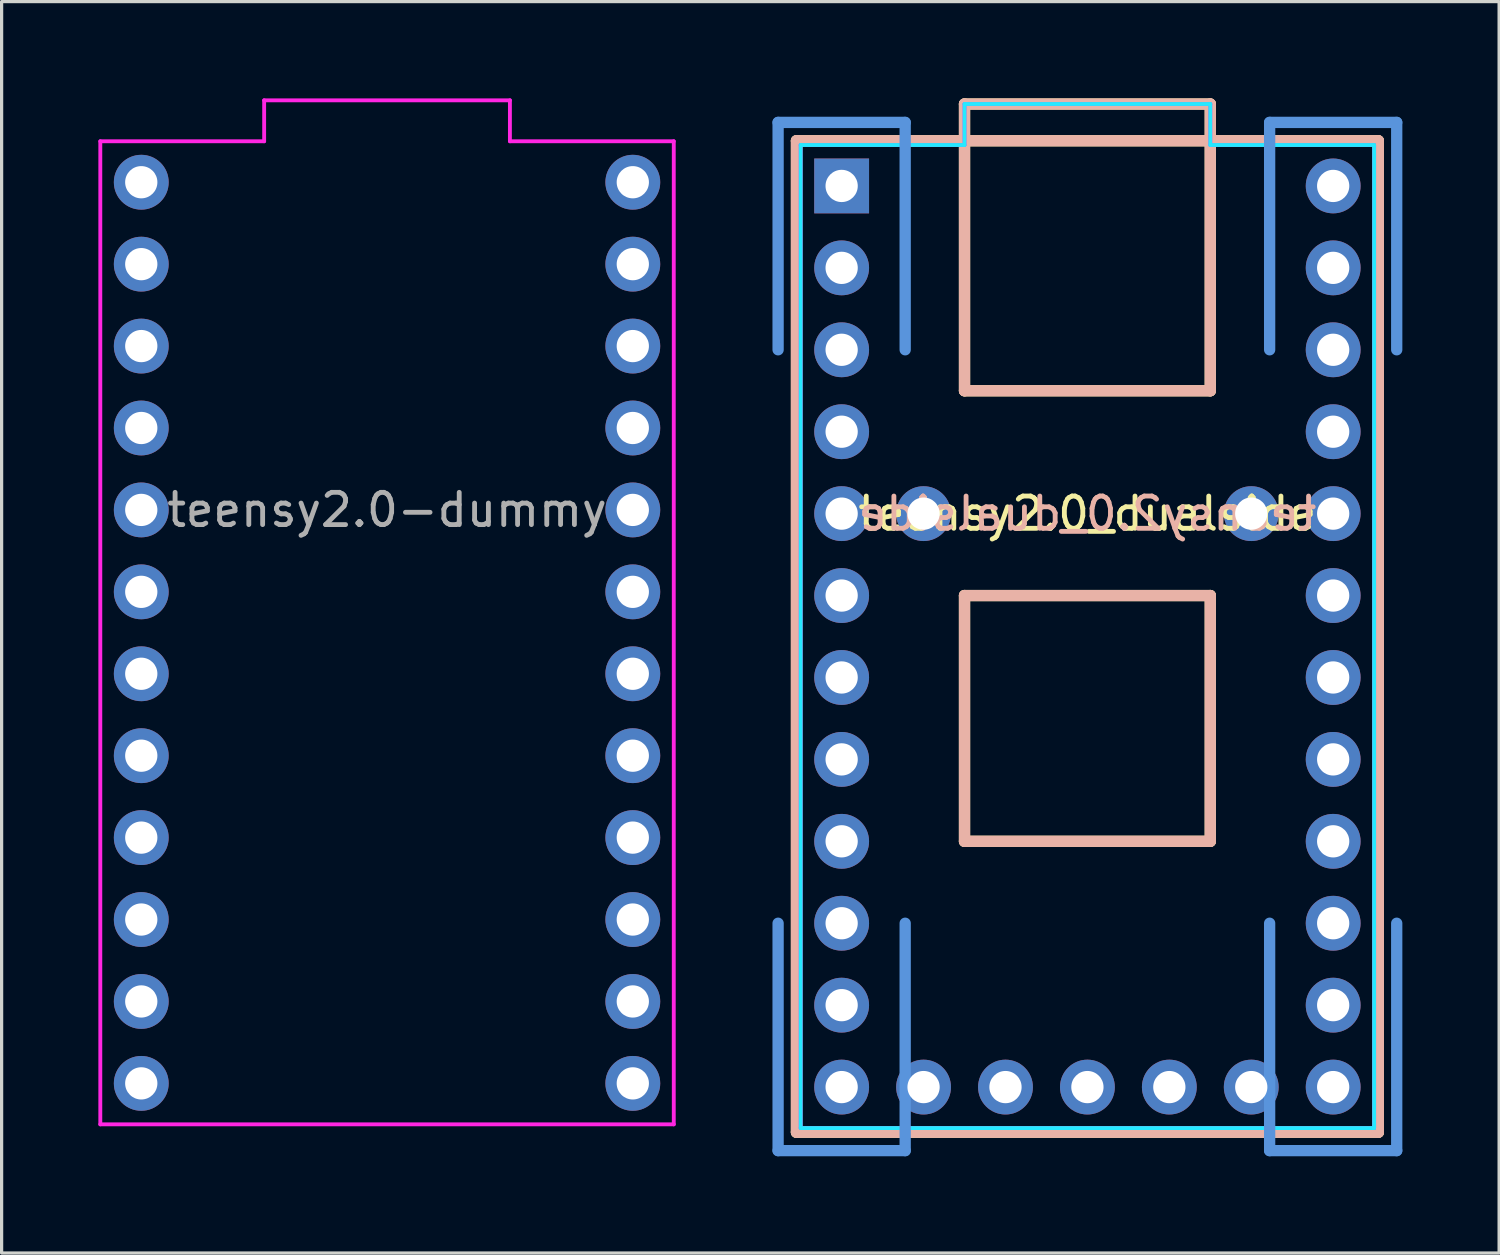
<source format=kicad_pcb>
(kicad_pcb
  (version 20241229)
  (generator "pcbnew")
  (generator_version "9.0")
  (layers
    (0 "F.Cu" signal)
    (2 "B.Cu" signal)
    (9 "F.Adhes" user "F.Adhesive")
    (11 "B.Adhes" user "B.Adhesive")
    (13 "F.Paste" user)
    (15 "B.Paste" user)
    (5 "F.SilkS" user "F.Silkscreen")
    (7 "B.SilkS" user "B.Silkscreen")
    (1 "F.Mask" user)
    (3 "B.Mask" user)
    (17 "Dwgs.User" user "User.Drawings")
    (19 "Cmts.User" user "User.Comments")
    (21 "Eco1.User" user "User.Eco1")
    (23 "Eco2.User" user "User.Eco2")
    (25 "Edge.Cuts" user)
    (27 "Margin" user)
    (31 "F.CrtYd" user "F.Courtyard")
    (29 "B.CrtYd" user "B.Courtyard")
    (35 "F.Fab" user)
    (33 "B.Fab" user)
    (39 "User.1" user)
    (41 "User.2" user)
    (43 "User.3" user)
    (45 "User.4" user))
  (footprint "teensy2.0-dummy"
    (layer "F.Cu")
    (at 8.95 16.57)
    (property "Reference" "teensy2.0-dummy" (at 0 -3.81 180) (layer "F.Fab") (effects (font (size 1 1) (thickness 0.15))))
    (attr through_hole)
    (fp_line (start -8.89 -15.24) (end -8.89 15.24) (stroke (width 0.12) (type solid)) (layer "F.CrtYd"))
    (fp_line (start -8.89 15.24) (end 8.89 15.24) (stroke (width 0.12) (type solid)) (layer "F.CrtYd"))
    (fp_line (start -3.81 -16.51) (end -3.81 -15.24) (stroke (width 0.12) (type solid)) (layer "F.CrtYd"))
    (fp_line (start -3.81 -15.24) (end -8.89 -15.24) (stroke (width 0.12) (type solid)) (layer "F.CrtYd"))
    (fp_line (start 3.81 -16.51) (end -3.81 -16.51) (stroke (width 0.12) (type solid)) (layer "F.CrtYd"))
    (fp_line (start 3.81 -15.24) (end 3.81 -16.51) (stroke (width 0.12) (type solid)) (layer "F.CrtYd"))
    (fp_line (start 8.89 -15.24) (end 3.81 -15.24) (stroke (width 0.12) (type solid)) (layer "F.CrtYd"))
    (fp_line (start 8.89 15.24) (end 8.89 -15.24) (stroke (width 0.12) (type solid)) (layer "F.CrtYd"))
    (pad "1" thru_hole circle (at -7.62 -13.97) (size 1.7 1.7) (drill 1) (layers "*.Cu" "*.Mask"))
    (pad "2" thru_hole circle (at -7.62 -11.43) (size 1.7 1.7) (drill 1) (layers "*.Cu" "*.Mask"))
    (pad "3" thru_hole circle (at -7.62 -8.89) (size 1.7 1.7) (drill 1) (layers "*.Cu" "*.Mask"))
    (pad "4" thru_hole circle (at -7.62 -6.35) (size 1.7 1.7) (drill 1) (layers "*.Cu" "*.Mask"))
    (pad "5" thru_hole circle (at -7.62 -3.81) (size 1.7 1.7) (drill 1) (layers "*.Cu" "*.Mask"))
    (pad "6" thru_hole circle (at -7.62 -1.27) (size 1.7 1.7) (drill 1) (layers "*.Cu" "*.Mask"))
    (pad "7" thru_hole circle (at -7.62 1.27) (size 1.7 1.7) (drill 1) (layers "*.Cu" "*.Mask"))
    (pad "8" thru_hole circle (at -7.62 3.81) (size 1.7 1.7) (drill 1) (layers "*.Cu" "*.Mask"))
    (pad "9" thru_hole circle (at -7.62 6.35) (size 1.7 1.7) (drill 1) (layers "*.Cu" "*.Mask"))
    (pad "10" thru_hole circle (at -7.62 8.89) (size 1.7 1.7) (drill 1) (layers "*.Cu" "*.Mask"))
    (pad "11" thru_hole circle (at -7.62 11.43) (size 1.7 1.7) (drill 1) (layers "*.Cu" "*.Mask"))
    (pad "12" thru_hole circle (at -7.62 13.97) (size 1.7 1.7) (drill 1) (layers "*.Cu" "*.Mask"))
    (pad "18" thru_hole circle (at 7.62 13.97) (size 1.7 1.7) (drill 1) (layers "*.Cu" "*.Mask"))
    (pad "19" thru_hole circle (at 7.62 11.43) (size 1.7 1.7) (drill 1) (layers "*.Cu" "*.Mask"))
    (pad "20" thru_hole circle (at 7.62 8.89) (size 1.7 1.7) (drill 1) (layers "*.Cu" "*.Mask"))
    (pad "21" thru_hole circle (at 7.62 6.35) (size 1.7 1.7) (drill 1) (layers "*.Cu" "*.Mask"))
    (pad "22" thru_hole circle (at 7.62 3.81) (size 1.7 1.7) (drill 1) (layers "*.Cu" "*.Mask"))
    (pad "23" thru_hole circle (at 7.62 1.27) (size 1.7 1.7) (drill 1) (layers "*.Cu" "*.Mask"))
    (pad "24" thru_hole circle (at 7.62 -1.27) (size 1.7 1.7) (drill 1) (layers "*.Cu" "*.Mask"))
    (pad "25" thru_hole circle (at 7.62 -3.81) (size 1.7 1.7) (drill 1) (layers "*.Cu" "*.Mask"))
    (pad "26" thru_hole circle (at 7.62 -6.35) (size 1.7 1.7) (drill 1) (layers "*.Cu" "*.Mask"))
    (pad "27" thru_hole circle (at 7.62 -8.89) (size 1.7 1.7) (drill 1) (layers "*.Cu" "*.Mask"))
    (pad "28" thru_hole circle (at 7.62 -11.43) (size 1.7 1.7) (drill 1) (layers "*.Cu" "*.Mask"))
    (pad "29" thru_hole circle (at 7.62 -13.97) (size 1.7 1.7) (drill 1) (layers "*.Cu" "*.Mask")))
  (footprint "teensy2.0_dualside"
    (layer "F.Cu")
    (at 30.665 16.685)
    (property "Reference" "teensy2.0_dualside" (at 0 -3.81 180) (layer "F.SilkS") (effects (font (size 1 1) (thickness 0.15))))
    (attr through_hole)
    (fp_line (start -9.02 -15.37) (end 9.02 -15.37) (stroke (width 0.35) (type solid)) (layer "F.SilkS"))
    (fp_line (start -9.02 15.37) (end -9.02 -15.37) (stroke (width 0.35) (type solid)) (layer "F.SilkS"))
    (fp_line (start -3.81 -16.51) (end 3.81 -16.51) (stroke (width 0.35) (type solid)) (layer "F.SilkS"))
    (fp_line (start -3.81 -7.62) (end -3.81 -16.51) (stroke (width 0.35) (type solid)) (layer "F.SilkS"))
    (fp_line (start -3.81 -1.27) (end -3.81 6.35) (stroke (width 0.35) (type solid)) (layer "F.SilkS"))
    (fp_line (start -3.81 6.35) (end 3.81 6.35) (stroke (width 0.35) (type solid)) (layer "F.SilkS"))
    (fp_line (start 3.81 -16.51) (end 3.81 -7.62) (stroke (width 0.35) (type solid)) (layer "F.SilkS"))
    (fp_line (start 3.81 -7.62) (end -3.81 -7.62) (stroke (width 0.35) (type solid)) (layer "F.SilkS"))
    (fp_line (start 3.81 -1.27) (end -3.81 -1.27) (stroke (width 0.35) (type solid)) (layer "F.SilkS"))
    (fp_line (start 3.81 6.35) (end 3.81 -1.27) (stroke (width 0.35) (type solid)) (layer "F.SilkS"))
    (fp_line (start 9.02 -15.37) (end 9.02 15.37) (stroke (width 0.35) (type solid)) (layer "F.SilkS"))
    (fp_line (start 9.02 15.37) (end -9.02 15.37) (stroke (width 0.35) (type solid)) (layer "F.SilkS"))
    (fp_line (start -9.02 -15.37) (end -9.02 15.37) (stroke (width 0.35) (type solid)) (layer "B.SilkS"))
    (fp_line (start -9.02 15.37) (end 9.02 15.37) (stroke (width 0.35) (type solid)) (layer "B.SilkS"))
    (fp_line (start -3.81 -16.51) (end -3.81 -7.62) (stroke (width 0.35) (type solid)) (layer "B.SilkS"))
    (fp_line (start -3.81 -7.62) (end 3.81 -7.62) (stroke (width 0.35) (type solid)) (layer "B.SilkS"))
    (fp_line (start -3.81 -1.27) (end 3.81 -1.27) (stroke (width 0.35) (type solid)) (layer "B.SilkS"))
    (fp_line (start -3.81 6.35) (end -3.81 -1.27) (stroke (width 0.35) (type solid)) (layer "B.SilkS"))
    (fp_line (start 3.81 -16.51) (end -3.81 -16.51) (stroke (width 0.35) (type solid)) (layer "B.SilkS"))
    (fp_line (start 3.81 -7.62) (end 3.81 -16.51) (stroke (width 0.35) (type solid)) (layer "B.SilkS"))
    (fp_line (start 3.81 -1.27) (end 3.81 6.35) (stroke (width 0.35) (type solid)) (layer "B.SilkS"))
    (fp_line (start 3.81 6.35) (end -3.81 6.35) (stroke (width 0.35) (type solid)) (layer "B.SilkS"))
    (fp_line (start 9.02 -15.37) (end -9.02 -15.37) (stroke (width 0.35) (type solid)) (layer "B.SilkS"))
    (fp_line (start 9.02 15.37) (end 9.02 -15.37) (stroke (width 0.35) (type solid)) (layer "B.SilkS"))
    (fp_line (start -9.59 -15.94) (end -5.65 -15.94) (stroke (width 0.35) (type solid)) (layer "Cmts.User"))
    (fp_line (start -9.59 -8.89) (end -9.59 -15.94) (stroke (width 0.35) (type solid)) (layer "Cmts.User"))
    (fp_line (start -9.59 8.89) (end -9.59 15.94) (stroke (width 0.35) (type solid)) (layer "Cmts.User"))
    (fp_line (start -5.65 -8.89) (end -5.65 -15.94) (stroke (width 0.35) (type solid)) (layer "Cmts.User"))
    (fp_line (start -5.65 8.89) (end -5.65 15.94) (stroke (width 0.35) (type solid)) (layer "Cmts.User"))
    (fp_line (start -5.65 15.94) (end -9.59 15.94) (stroke (width 0.35) (type solid)) (layer "Cmts.User"))
    (fp_line (start 5.65 -15.94) (end 9.59 -15.94) (stroke (width 0.35) (type solid)) (layer "Cmts.User"))
    (fp_line (start 5.65 -8.89) (end 5.65 -15.94) (stroke (width 0.35) (type solid)) (layer "Cmts.User"))
    (fp_line (start 5.65 8.89) (end 5.65 15.94) (stroke (width 0.35) (type solid)) (layer "Cmts.User"))
    (fp_line (start 9.59 -8.89) (end 9.59 -15.94) (stroke (width 0.35) (type solid)) (layer "Cmts.User"))
    (fp_line (start 9.59 8.89) (end 9.59 15.94) (stroke (width 0.35) (type solid)) (layer "Cmts.User"))
    (fp_line (start 9.59 15.94) (end 5.65 15.94) (stroke (width 0.35) (type solid)) (layer "Cmts.User"))
    (fp_line (start -9.09 -15.44) (end -6.15 -15.44) (stroke (width 0.1) (type solid)) (layer "Eco1.User"))
    (fp_line (start -9.09 15.44) (end -9.09 -15.44) (stroke (width 0.1) (type solid)) (layer "Eco1.User"))
    (fp_line (start -6.15 -15.44) (end -6.15 15.44) (stroke (width 0.1) (type solid)) (layer "Eco1.User"))
    (fp_line (start -6.15 15.44) (end -9.09 15.44) (stroke (width 0.1) (type solid)) (layer "Eco1.User"))
    (fp_line (start 6.15 -15.44) (end 9.09 -15.44) (stroke (width 0.1) (type solid)) (layer "Eco1.User"))
    (fp_line (start 6.15 15.44) (end 6.15 -15.44) (stroke (width 0.1) (type solid)) (layer "Eco1.User"))
    (fp_line (start 9.09 -15.44) (end 9.09 15.44) (stroke (width 0.1) (type solid)) (layer "Eco1.User"))
    (fp_line (start 9.09 15.44) (end 6.15 15.44) (stroke (width 0.1) (type solid)) (layer "Eco1.User"))
    (fp_line (start -9.09 -15.44) (end -6.15 -15.44) (stroke (width 0.1) (type solid)) (layer "Eco2.User"))
    (fp_line (start -9.09 15.44) (end -9.09 -15.44) (stroke (width 0.1) (type solid)) (layer "Eco2.User"))
    (fp_line (start -6.15 -15.44) (end -6.15 15.44) (stroke (width 0.1) (type solid)) (layer "Eco2.User"))
    (fp_line (start -6.15 15.44) (end -9.09 15.44) (stroke (width 0.1) (type solid)) (layer "Eco2.User"))
    (fp_line (start 6.15 -15.44) (end 9.09 -15.44) (stroke (width 0.1) (type solid)) (layer "Eco2.User"))
    (fp_line (start 6.15 15.44) (end 6.15 -15.44) (stroke (width 0.1) (type solid)) (layer "Eco2.User"))
    (fp_line (start 9.09 -15.44) (end 9.09 15.44) (stroke (width 0.1) (type solid)) (layer "Eco2.User"))
    (fp_line (start 9.09 15.44) (end 6.15 15.44) (stroke (width 0.1) (type solid)) (layer "Eco2.User"))
    (fp_line (start -8.89 -15.24) (end -3.81 -15.24) (stroke (width 0.12) (type solid)) (layer "B.CrtYd"))
    (fp_line (start -8.89 15.24) (end -8.89 -15.24) (stroke (width 0.12) (type solid)) (layer "B.CrtYd"))
    (fp_line (start -3.81 -16.51) (end 3.81 -16.51) (stroke (width 0.12) (type solid)) (layer "B.CrtYd"))
    (fp_line (start -3.81 -15.24) (end -3.81 -16.51) (stroke (width 0.12) (type solid)) (layer "B.CrtYd"))
    (fp_line (start 3.81 -16.51) (end 3.81 -15.24) (stroke (width 0.12) (type solid)) (layer "B.CrtYd"))
    (fp_line (start 3.81 -15.24) (end 8.89 -15.24) (stroke (width 0.12) (type solid)) (layer "B.CrtYd"))
    (fp_line (start 8.89 -15.24) (end 8.89 15.24) (stroke (width 0.12) (type solid)) (layer "B.CrtYd"))
    (fp_line (start 8.89 15.24) (end -8.89 15.24) (stroke (width 0.12) (type solid)) (layer "B.CrtYd"))
    (fp_line (start -8.89 -15.24) (end -8.89 15.24) (stroke (width 0.12) (type solid)) (layer "F.CrtYd"))
    (fp_line (start -8.89 15.24) (end 8.89 15.24) (stroke (width 0.12) (type solid)) (layer "F.CrtYd"))
    (fp_line (start -3.81 -16.51) (end -3.81 -15.24) (stroke (width 0.12) (type solid)) (layer "F.CrtYd"))
    (fp_line (start -3.81 -15.24) (end -8.89 -15.24) (stroke (width 0.12) (type solid)) (layer "F.CrtYd"))
    (fp_line (start 3.81 -16.51) (end -3.81 -16.51) (stroke (width 0.12) (type solid)) (layer "F.CrtYd"))
    (fp_line (start 3.81 -15.24) (end 3.81 -16.51) (stroke (width 0.12) (type solid)) (layer "F.CrtYd"))
    (fp_line (start 8.89 -15.24) (end 3.81 -15.24) (stroke (width 0.12) (type solid)) (layer "F.CrtYd"))
    (fp_line (start 8.89 15.24) (end 8.89 -15.24) (stroke (width 0.12) (type solid)) (layer "F.CrtYd"))
    (fp_text user "${REFERENCE}" (at 0 -3.81 0) (layer "B.SilkS") (effects (font (size 1 1) (thickness 0.15)) (justify mirror)))
    (pad "1" thru_hole rect (at -7.62 -13.97) (size 1.7 1.7) (drill 1) (layers "*.Cu" "*.Mask"))
    (pad "2" thru_hole circle (at -7.62 -11.43) (size 1.7 1.7) (drill 1) (layers "*.Cu" "*.Mask"))
    (pad "3" thru_hole circle (at -7.62 -8.89) (size 1.7 1.7) (drill 1) (layers "*.Cu" "*.Mask"))
    (pad "4" thru_hole circle (at -7.62 -6.35) (size 1.7 1.7) (drill 1) (layers "*.Cu" "*.Mask"))
    (pad "5" thru_hole circle (at -7.62 -3.81) (size 1.7 1.7) (drill 1) (layers "*.Cu" "*.Mask"))
    (pad "6" thru_hole circle (at -7.62 -1.27) (size 1.7 1.7) (drill 1) (layers "*.Cu" "*.Mask"))
    (pad "7" thru_hole circle (at -7.62 1.27) (size 1.7 1.7) (drill 1) (layers "*.Cu" "*.Mask"))
    (pad "8" thru_hole circle (at -7.62 3.81) (size 1.7 1.7) (drill 1) (layers "*.Cu" "*.Mask"))
    (pad "9" thru_hole circle (at -7.62 6.35) (size 1.7 1.7) (drill 1) (layers "*.Cu" "*.Mask"))
    (pad "10" thru_hole circle (at -7.62 8.89) (size 1.7 1.7) (drill 1) (layers "*.Cu" "*.Mask"))
    (pad "11" thru_hole circle (at -7.62 11.43) (size 1.7 1.7) (drill 1) (layers "*.Cu" "*.Mask"))
    (pad "12" thru_hole circle (at -7.62 13.97) (size 1.7 1.7) (drill 1) (layers "*.Cu" "*.Mask"))
    (pad "13" thru_hole circle (at -5.08 13.97) (size 1.7 1.7) (drill 1) (layers "*.Cu" "*.Mask"))
    (pad "14" thru_hole circle (at -2.54 13.97) (size 1.7 1.7) (drill 1) (layers "*.Cu" "*.Mask"))
    (pad "15" thru_hole circle (at 0 13.97) (size 1.7 1.7) (drill 1) (layers "*.Cu" "*.Mask"))
    (pad "16" thru_hole circle (at 2.54 13.97) (size 1.7 1.7) (drill 1) (layers "*.Cu" "*.Mask"))
    (pad "17" thru_hole circle (at 5.08 13.97) (size 1.7 1.7) (drill 1) (layers "*.Cu" "*.Mask"))
    (pad "18" thru_hole circle (at 7.62 13.97) (size 1.7 1.7) (drill 1) (layers "*.Cu" "*.Mask"))
    (pad "19" thru_hole circle (at 7.62 11.43) (size 1.7 1.7) (drill 1) (layers "*.Cu" "*.Mask"))
    (pad "20" thru_hole circle (at 7.62 8.89) (size 1.7 1.7) (drill 1) (layers "*.Cu" "*.Mask"))
    (pad "21" thru_hole circle (at 7.62 6.35) (size 1.7 1.7) (drill 1) (layers "*.Cu" "*.Mask"))
    (pad "22" thru_hole circle (at 7.62 3.81) (size 1.7 1.7) (drill 1) (layers "*.Cu" "*.Mask"))
    (pad "23" thru_hole circle (at 7.62 1.27) (size 1.7 1.7) (drill 1) (layers "*.Cu" "*.Mask"))
    (pad "24" thru_hole circle (at 7.62 -1.27) (size 1.7 1.7) (drill 1) (layers "*.Cu" "*.Mask"))
    (pad "25" thru_hole circle (at 7.62 -3.81) (size 1.7 1.7) (drill 1) (layers "*.Cu" "*.Mask"))
    (pad "26" thru_hole circle (at 7.62 -6.35) (size 1.7 1.7) (drill 1) (layers "*.Cu" "*.Mask"))
    (pad "27" thru_hole circle (at 7.62 -8.89) (size 1.7 1.7) (drill 1) (layers "*.Cu" "*.Mask"))
    (pad "28" thru_hole circle (at 7.62 -11.43) (size 1.7 1.7) (drill 1) (layers "*.Cu" "*.Mask"))
    (pad "29" thru_hole circle (at 7.62 -13.97) (size 1.7 1.7) (drill 1) (layers "*.Cu" "*.Mask"))
    (pad "30" thru_hole circle (at -5.08 -3.81) (size 1.7 1.7) (drill 1) (layers "*.Cu" "*.Mask"))
    (pad "31" thru_hole circle (at 5.08 -3.81) (size 1.7 1.7) (drill 1) (layers "*.Cu" "*.Mask")))
  (gr_rect
    (start -3 -3)
    (end 43.43 35.8)
    (stroke (width 0.1) (type default))
    (fill no)
    (layer "Edge.Cuts")))
</source>
